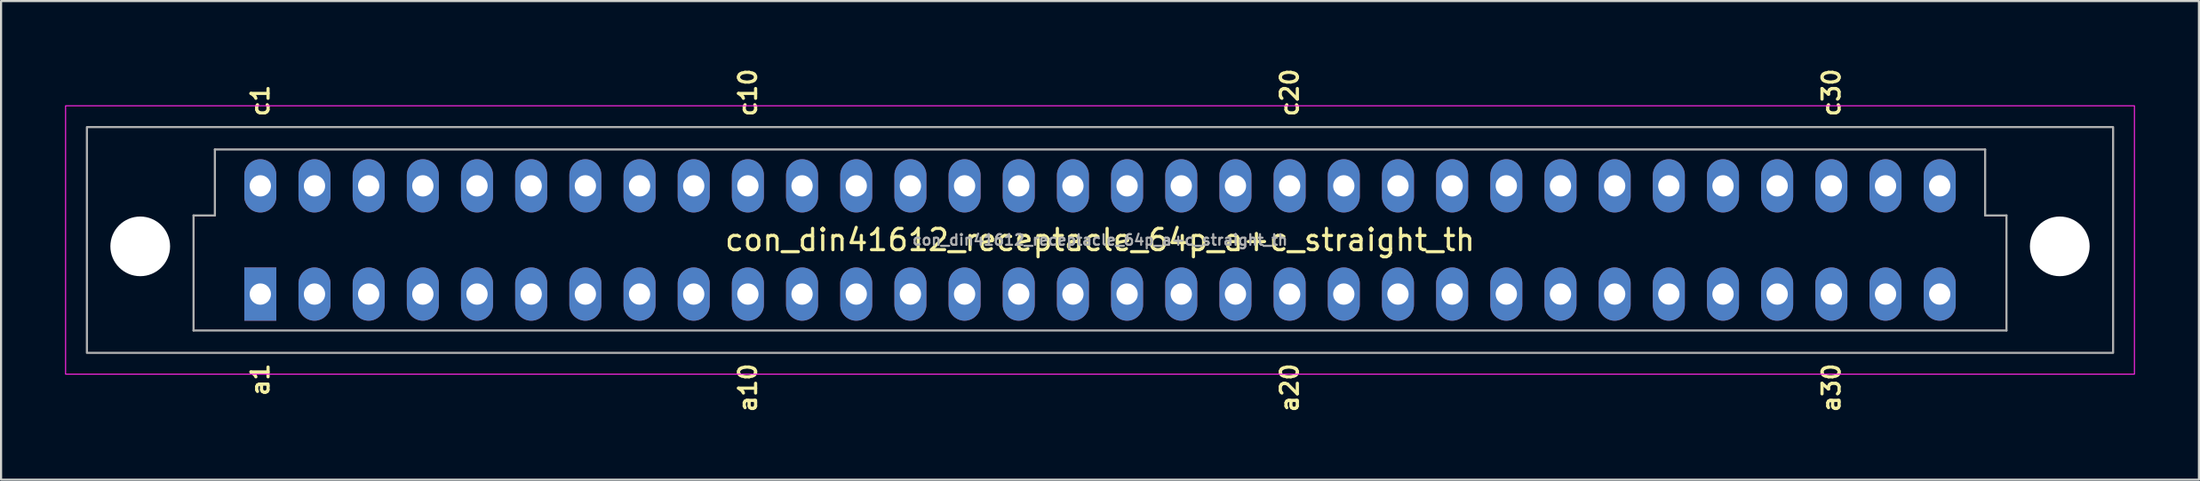
<source format=kicad_pcb>
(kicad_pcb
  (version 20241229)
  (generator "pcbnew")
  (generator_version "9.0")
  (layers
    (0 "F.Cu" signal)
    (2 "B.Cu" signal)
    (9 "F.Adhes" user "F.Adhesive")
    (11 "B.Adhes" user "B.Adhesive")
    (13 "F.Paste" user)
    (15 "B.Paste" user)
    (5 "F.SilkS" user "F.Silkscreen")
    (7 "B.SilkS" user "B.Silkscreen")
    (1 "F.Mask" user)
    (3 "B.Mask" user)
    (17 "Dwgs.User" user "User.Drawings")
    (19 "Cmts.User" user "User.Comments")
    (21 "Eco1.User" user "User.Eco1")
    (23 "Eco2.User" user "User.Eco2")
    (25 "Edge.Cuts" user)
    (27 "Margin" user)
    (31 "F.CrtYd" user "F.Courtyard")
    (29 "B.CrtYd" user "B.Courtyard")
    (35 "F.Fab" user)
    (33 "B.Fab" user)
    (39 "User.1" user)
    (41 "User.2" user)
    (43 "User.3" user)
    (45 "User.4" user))
  (footprint "con_din41612_receptacle_64p_a+c_straight_th"
    (layer "F.Cu")
    (at 9.155 10.755)
    (property "Reference" "con_din41612_receptacle_64p_a+c_straight_th" (at 39.37 -2.54 0) (unlocked yes) (layer "F.SilkS") (effects (font (size 1 1) (thickness 0.15))))
    (attr through_hole exclude_from_pos_files)
    (fp_rect (start -9.13 3.76) (end 87.87 -8.84) (stroke (width 0.05) (type solid)) (fill no) (layer "F.CrtYd"))
    (fp_line (start -3.13 -3.69) (end -2.13 -3.69) (stroke (width 0.1) (type solid)) (layer "F.Fab"))
    (fp_line (start -3.13 1.71) (end -3.13 -3.69) (stroke (width 0.1) (type solid)) (layer "F.Fab"))
    (fp_line (start -2.13 -6.79) (end 80.87 -6.79) (stroke (width 0.1) (type solid)) (layer "F.Fab"))
    (fp_line (start -2.13 -3.69) (end -2.13 -6.79) (stroke (width 0.1) (type solid)) (layer "F.Fab"))
    (fp_line (start 80.87 -3.69) (end 80.87 -6.79) (stroke (width 0.1) (type solid)) (layer "F.Fab"))
    (fp_line (start 80.87 -3.69) (end 81.87 -3.69) (stroke (width 0.1) (type solid)) (layer "F.Fab"))
    (fp_line (start 81.87 1.71) (end -3.13 1.71) (stroke (width 0.1) (type solid)) (layer "F.Fab"))
    (fp_line (start 81.87 1.71) (end 81.87 -3.69) (stroke (width 0.1) (type solid)) (layer "F.Fab"))
    (fp_rect (start -8.13 2.76) (end 86.87 -7.84) (stroke (width 0.1) (type solid)) (fill no) (layer "F.Fab"))
    (fp_text user "c20" (at 48.26 -8.255 90) (unlocked yes) (layer "F.SilkS") (effects (font (size 0.8 0.8) (thickness 0.15)) (justify left)))
    (fp_text user "a1" (at 0 3.175 90) (unlocked yes) (layer "F.SilkS") (effects (font (size 0.8 0.8) (thickness 0.15)) (justify right)))
    (fp_text user "c1" (at 0 -8.255 90) (unlocked yes) (layer "F.SilkS") (effects (font (size 0.8 0.8) (thickness 0.15)) (justify left)))
    (fp_text user "c10" (at 22.86 -8.255 90) (unlocked yes) (layer "F.SilkS") (effects (font (size 0.8 0.8) (thickness 0.15)) (justify left)))
    (fp_text user "c30" (at 73.66 -8.255 90) (unlocked yes) (layer "F.SilkS") (effects (font (size 0.8 0.8) (thickness 0.15)) (justify left)))
    (fp_text user "a10" (at 22.86 3.175 90) (unlocked yes) (layer "F.SilkS") (effects (font (size 0.8 0.8) (thickness 0.15)) (justify right)))
    (fp_text user "a30" (at 73.66 3.175 90) (unlocked yes) (layer "F.SilkS") (effects (font (size 0.8 0.8) (thickness 0.15)) (justify right)))
    (fp_text user "a20" (at 48.26 3.175 90) (unlocked yes) (layer "F.SilkS") (effects (font (size 0.8 0.8) (thickness 0.15)) (justify right)))
    (fp_text user "${REFERENCE}" (at 39.37 -2.54 0) (unlocked yes) (layer "F.Fab") (effects (font (size 0.5 0.5) (thickness 0.1) (bold yes))))
    (pad "" np_thru_hole circle (at -5.63 -2.24 90) (size 2.8 2.8) (drill 2.8) (layers "*.Cu" "*.Mask"))
    (pad "" np_thru_hole circle (at 84.37 -2.24 90) (size 2.8 2.8) (drill 2.8) (layers "*.Cu" "*.Mask"))
    (pad "a1" thru_hole rect (at 0 0 90) (size 2.5 1.5) (drill 1) (layers "*.Cu" "*.Mask"))
    (pad "a2" thru_hole oval (at 2.54 0 90) (size 2.5 1.5) (drill 1) (layers "*.Cu" "*.Mask"))
    (pad "a3" thru_hole oval (at 5.08 0 90) (size 2.5 1.5) (drill 1) (layers "*.Cu" "*.Mask"))
    (pad "a4" thru_hole oval (at 7.62 0 90) (size 2.5 1.5) (drill 1) (layers "*.Cu" "*.Mask"))
    (pad "a5" thru_hole oval (at 10.16 0 90) (size 2.5 1.5) (drill 1) (layers "*.Cu" "*.Mask"))
    (pad "a6" thru_hole oval (at 12.7 0 90) (size 2.5 1.5) (drill 1) (layers "*.Cu" "*.Mask"))
    (pad "a7" thru_hole oval (at 15.24 0 90) (size 2.5 1.5) (drill 1) (layers "*.Cu" "*.Mask"))
    (pad "a8" thru_hole oval (at 17.78 0 90) (size 2.5 1.5) (drill 1) (layers "*.Cu" "*.Mask"))
    (pad "a9" thru_hole oval (at 20.32 0 90) (size 2.5 1.5) (drill 1) (layers "*.Cu" "*.Mask"))
    (pad "a10" thru_hole oval (at 22.86 0 90) (size 2.5 1.5) (drill 1) (layers "*.Cu" "*.Mask"))
    (pad "a11" thru_hole oval (at 25.4 0 90) (size 2.5 1.5) (drill 1) (layers "*.Cu" "*.Mask"))
    (pad "a12" thru_hole oval (at 27.94 0 90) (size 2.5 1.5) (drill 1) (layers "*.Cu" "*.Mask"))
    (pad "a13" thru_hole oval (at 30.48 0 90) (size 2.5 1.5) (drill 1) (layers "*.Cu" "*.Mask"))
    (pad "a14" thru_hole oval (at 33.02 0 90) (size 2.5 1.5) (drill 1) (layers "*.Cu" "*.Mask"))
    (pad "a15" thru_hole oval (at 35.56 0 90) (size 2.5 1.5) (drill 1) (layers "*.Cu" "*.Mask"))
    (pad "a16" thru_hole oval (at 38.1 0 90) (size 2.5 1.5) (drill 1) (layers "*.Cu" "*.Mask"))
    (pad "a17" thru_hole oval (at 40.64 0 90) (size 2.5 1.5) (drill 1) (layers "*.Cu" "*.Mask"))
    (pad "a18" thru_hole oval (at 43.18 0 90) (size 2.5 1.5) (drill 1) (layers "*.Cu" "*.Mask"))
    (pad "a19" thru_hole oval (at 45.72 0 90) (size 2.5 1.5) (drill 1) (layers "*.Cu" "*.Mask"))
    (pad "a20" thru_hole oval (at 48.26 0 90) (size 2.5 1.5) (drill 1) (layers "*.Cu" "*.Mask"))
    (pad "a21" thru_hole oval (at 50.8 0 90) (size 2.5 1.5) (drill 1) (layers "*.Cu" "*.Mask"))
    (pad "a22" thru_hole oval (at 53.34 0 90) (size 2.5 1.5) (drill 1) (layers "*.Cu" "*.Mask"))
    (pad "a23" thru_hole oval (at 55.88 0 90) (size 2.5 1.5) (drill 1) (layers "*.Cu" "*.Mask"))
    (pad "a24" thru_hole oval (at 58.42 0 90) (size 2.5 1.5) (drill 1) (layers "*.Cu" "*.Mask"))
    (pad "a25" thru_hole oval (at 60.96 0 90) (size 2.5 1.5) (drill 1) (layers "*.Cu" "*.Mask"))
    (pad "a26" thru_hole oval (at 63.5 0 90) (size 2.5 1.5) (drill 1) (layers "*.Cu" "*.Mask"))
    (pad "a27" thru_hole oval (at 66.04 0 90) (size 2.5 1.5) (drill 1) (layers "*.Cu" "*.Mask"))
    (pad "a28" thru_hole oval (at 68.58 0 90) (size 2.5 1.5) (drill 1) (layers "*.Cu" "*.Mask"))
    (pad "a29" thru_hole oval (at 71.12 0 90) (size 2.5 1.5) (drill 1) (layers "*.Cu" "*.Mask"))
    (pad "a30" thru_hole oval (at 73.66 0 90) (size 2.5 1.5) (drill 1) (layers "*.Cu" "*.Mask"))
    (pad "a31" thru_hole oval (at 76.2 0 90) (size 2.5 1.5) (drill 1) (layers "*.Cu" "*.Mask"))
    (pad "a32" thru_hole oval (at 78.74 0 90) (size 2.5 1.5) (drill 1) (layers "*.Cu" "*.Mask"))
    (pad "c1" thru_hole oval (at 0 -5.08 90) (size 2.5 1.5) (drill 1) (layers "*.Cu" "*.Mask"))
    (pad "c2" thru_hole oval (at 2.54 -5.08 90) (size 2.5 1.5) (drill 1) (layers "*.Cu" "*.Mask"))
    (pad "c3" thru_hole oval (at 5.08 -5.08 90) (size 2.5 1.5) (drill 1) (layers "*.Cu" "*.Mask"))
    (pad "c4" thru_hole oval (at 7.62 -5.08 90) (size 2.5 1.5) (drill 1) (layers "*.Cu" "*.Mask"))
    (pad "c5" thru_hole oval (at 10.16 -5.08 90) (size 2.5 1.5) (drill 1) (layers "*.Cu" "*.Mask"))
    (pad "c6" thru_hole oval (at 12.7 -5.08 90) (size 2.5 1.5) (drill 1) (layers "*.Cu" "*.Mask"))
    (pad "c7" thru_hole oval (at 15.24 -5.08 90) (size 2.5 1.5) (drill 1) (layers "*.Cu" "*.Mask"))
    (pad "c8" thru_hole oval (at 17.78 -5.08 90) (size 2.5 1.5) (drill 1) (layers "*.Cu" "*.Mask"))
    (pad "c9" thru_hole oval (at 20.32 -5.08 90) (size 2.5 1.5) (drill 1) (layers "*.Cu" "*.Mask"))
    (pad "c10" thru_hole oval (at 22.86 -5.08 90) (size 2.5 1.5) (drill 1) (layers "*.Cu" "*.Mask"))
    (pad "c11" thru_hole oval (at 25.4 -5.08 90) (size 2.5 1.5) (drill 1) (layers "*.Cu" "*.Mask"))
    (pad "c12" thru_hole oval (at 27.94 -5.08 90) (size 2.5 1.5) (drill 1) (layers "*.Cu" "*.Mask"))
    (pad "c13" thru_hole oval (at 30.48 -5.08 90) (size 2.5 1.5) (drill 1) (layers "*.Cu" "*.Mask"))
    (pad "c14" thru_hole oval (at 33.02 -5.08 90) (size 2.5 1.5) (drill 1) (layers "*.Cu" "*.Mask"))
    (pad "c15" thru_hole oval (at 35.56 -5.08 90) (size 2.5 1.5) (drill 1) (layers "*.Cu" "*.Mask"))
    (pad "c16" thru_hole oval (at 38.1 -5.08 90) (size 2.5 1.5) (drill 1) (layers "*.Cu" "*.Mask"))
    (pad "c17" thru_hole oval (at 40.64 -5.08 90) (size 2.5 1.5) (drill 1) (layers "*.Cu" "*.Mask"))
    (pad "c18" thru_hole oval (at 43.18 -5.08 90) (size 2.5 1.5) (drill 1) (layers "*.Cu" "*.Mask"))
    (pad "c19" thru_hole oval (at 45.72 -5.08 90) (size 2.5 1.5) (drill 1) (layers "*.Cu" "*.Mask"))
    (pad "c20" thru_hole oval (at 48.26 -5.08 90) (size 2.5 1.5) (drill 1) (layers "*.Cu" "*.Mask"))
    (pad "c21" thru_hole oval (at 50.8 -5.08 90) (size 2.5 1.5) (drill 1) (layers "*.Cu" "*.Mask"))
    (pad "c22" thru_hole oval (at 53.34 -5.08 90) (size 2.5 1.5) (drill 1) (layers "*.Cu" "*.Mask"))
    (pad "c23" thru_hole oval (at 55.88 -5.08 90) (size 2.5 1.5) (drill 1) (layers "*.Cu" "*.Mask"))
    (pad "c24" thru_hole oval (at 58.42 -5.08 90) (size 2.5 1.5) (drill 1) (layers "*.Cu" "*.Mask"))
    (pad "c25" thru_hole oval (at 60.96 -5.08 90) (size 2.5 1.5) (drill 1) (layers "*.Cu" "*.Mask"))
    (pad "c26" thru_hole oval (at 63.5 -5.08 90) (size 2.5 1.5) (drill 1) (layers "*.Cu" "*.Mask"))
    (pad "c27" thru_hole oval (at 66.04 -5.08 90) (size 2.5 1.5) (drill 1) (layers "*.Cu" "*.Mask"))
    (pad "c28" thru_hole oval (at 68.58 -5.08 90) (size 2.5 1.5) (drill 1) (layers "*.Cu" "*.Mask"))
    (pad "c29" thru_hole oval (at 71.12 -5.08 90) (size 2.5 1.5) (drill 1) (layers "*.Cu" "*.Mask"))
    (pad "c30" thru_hole oval (at 73.66 -5.08 90) (size 2.5 1.5) (drill 1) (layers "*.Cu" "*.Mask"))
    (pad "c31" thru_hole oval (at 76.2 -5.08 90) (size 2.5 1.5) (drill 1) (layers "*.Cu" "*.Mask"))
    (pad "c32" thru_hole oval (at 78.74 -5.08 90) (size 2.5 1.5) (drill 1) (layers "*.Cu" "*.Mask")))
  (gr_rect
    (start -3 -3)
    (end 100.05 19.467)
    (stroke (width 0.1) (type default))
    (fill no)
    (layer "Edge.Cuts")))
</source>
